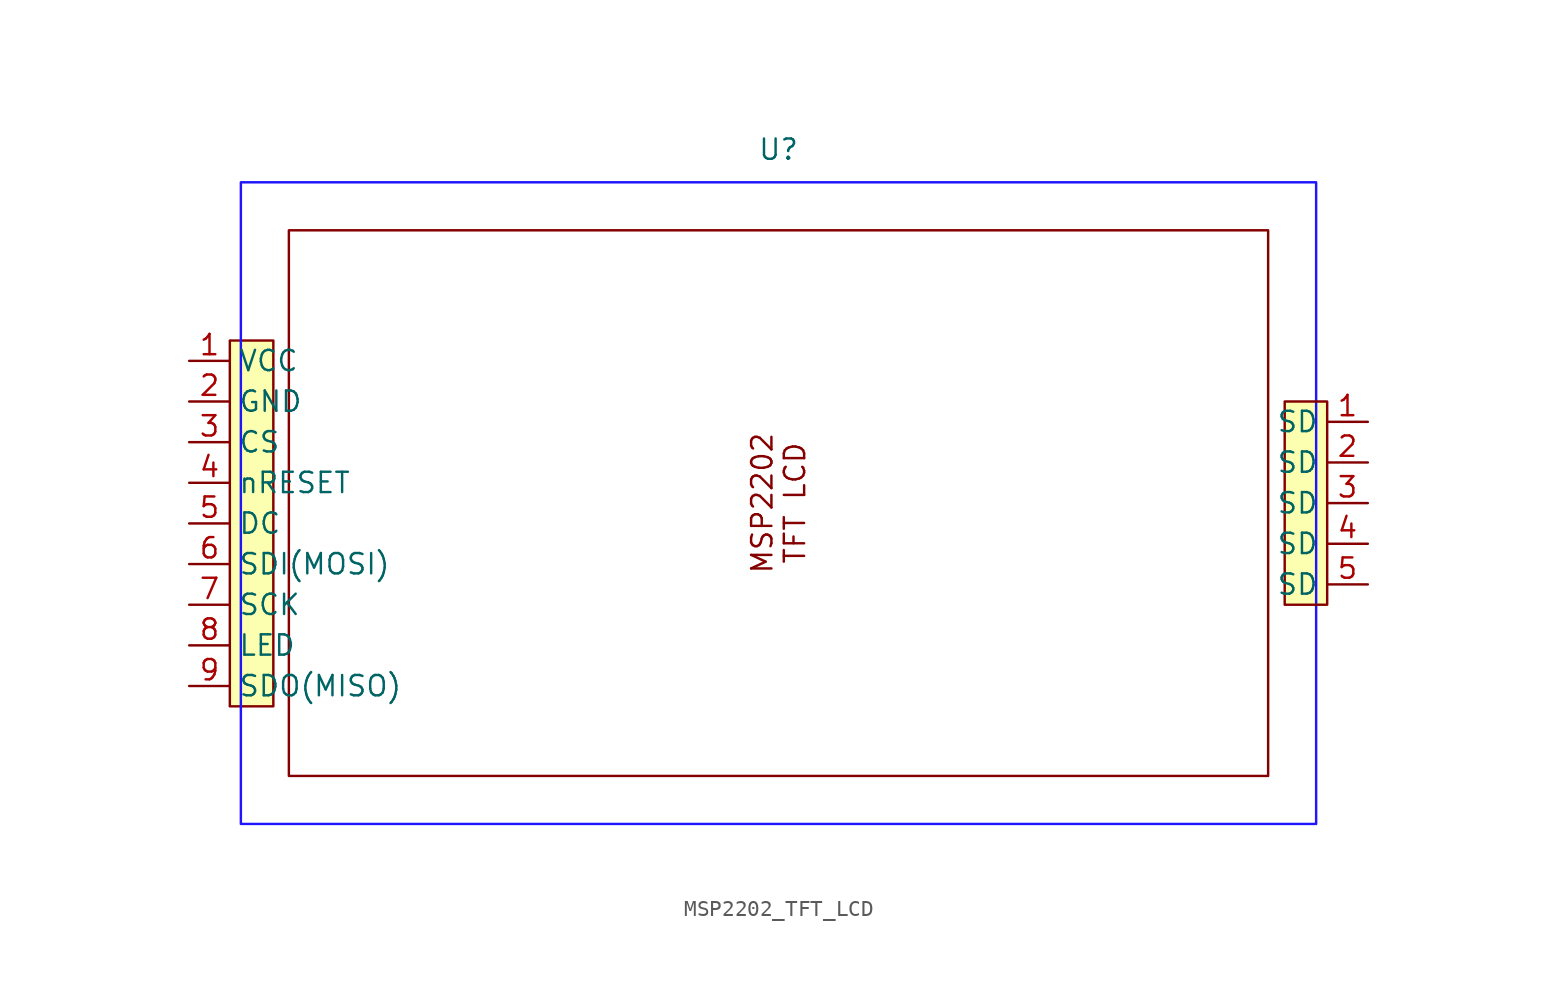
<source format=kicad_sym>
(kicad_symbol_lib
  (version 20241209)
  (generator "kicad_symbol_editor")
  (generator_version "9.0")
  (symbol "MSP2202_TFT_LCD"
    (property "Reference" "U"
      (at 0 22.098 0)
      (effects (font (size 1.27 1.27))))
    (property "Value" ""
      (at 0 0 0)
      (effects (font (size 1.27 1.27))))
    (symbol "MSP2202_TFT_LCD_1_1"
      (rectangle (start -34.29 10.16) (end -31.57 -12.7) (stroke (width 0) (type solid)) (fill (type color) (color 252 255 175 1)))
      (rectangle (start -33.6 20.05) (end 33.6 -20.05) (stroke (width 0) (type solid) (color 32 21 255 1)) (fill (type none)))
      (rectangle (start -30.6 17.05) (end 30.6 -17.05) (stroke (width 0) (type default)) (fill (type none)))
      (rectangle (start 31.635 6.35) (end 34.29 -6.35) (stroke (width 0) (type solid)) (fill (type color) (color 252 255 175 1)))
      (text "MSP2202\nTFT LCD" (at 0 0 900) (effects (font (size 1.27 1.27))))
      (pin input line (at -36.83 8.89 0) (length 2.54) (name "VCC" (effects (font (size 1.27 1.27)))) (number "1" (effects (font (size 1.27 1.27)))))
      (pin input line (at -36.83 6.35 0) (length 2.54) (name "GND" (effects (font (size 1.27 1.27)))) (number "2" (effects (font (size 1.27 1.27)))))
      (pin input line (at -36.83 3.81 0) (length 2.54) (name "CS" (effects (font (size 1.27 1.27)))) (number "3" (effects (font (size 1.27 1.27)))))
      (pin input line (at -36.83 1.27 0) (length 2.54) (name "nRESET" (effects (font (size 1.27 1.27)))) (number "4" (effects (font (size 1.27 1.27)))))
      (pin input line (at -36.83 -1.27 0) (length 2.54) (name "DC" (effects (font (size 1.27 1.27)))) (number "5" (effects (font (size 1.27 1.27)))))
      (pin input line (at -36.83 -3.81 0) (length 2.54) (name "SDI(MOSI)" (effects (font (size 1.27 1.27)))) (number "6" (effects (font (size 1.27 1.27)))))
      (pin input line (at -36.83 -6.35 0) (length 2.54) (name "SCK" (effects (font (size 1.27 1.27)))) (number "7" (effects (font (size 1.27 1.27)))))
      (pin input line (at -36.83 -8.89 0) (length 2.54) (name "LED" (effects (font (size 1.27 1.27)))) (number "8" (effects (font (size 1.27 1.27)))))
      (pin input line (at -36.83 -11.43 0) (length 2.54) (name "SDO(MISO)" (effects (font (size 1.27 1.27)))) (number "9" (effects (font (size 1.27 1.27)))))
      (pin input line (at 36.83 5.08 180) (length 2.54) (name "SD" (effects (font (size 1.27 1.27)))) (number "1" (effects (font (size 1.27 1.27)))))
      (pin input line (at 36.83 2.54 180) (length 2.54) (name "SD" (effects (font (size 1.27 1.27)))) (number "2" (effects (font (size 1.27 1.27)))))
      (pin input line (at 36.83 0 180) (length 2.54) (name "SD" (effects (font (size 1.27 1.27)))) (number "3" (effects (font (size 1.27 1.27)))))
      (pin input line (at 36.83 -2.54 180) (length 2.54) (name "SD" (effects (font (size 1.27 1.27)))) (number "4" (effects (font (size 1.27 1.27)))))
      (pin input line (at 36.83 -5.08 180) (length 2.54) (name "SD" (effects (font (size 1.27 1.27)))) (number "5" (effects (font (size 1.27 1.27))))))))
</source>
